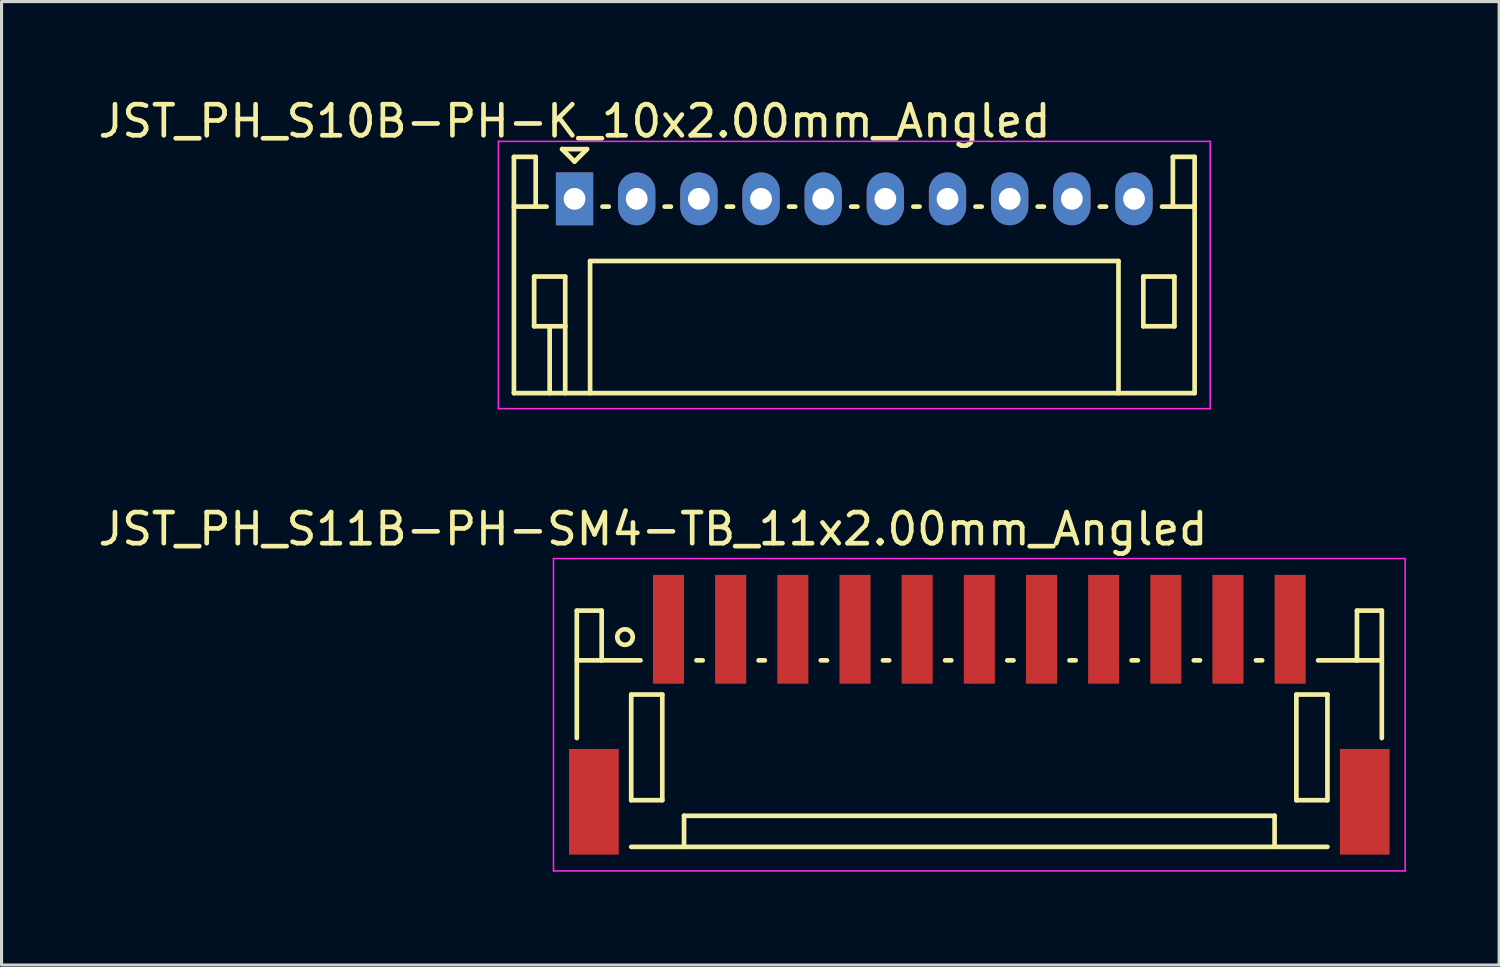
<source format=kicad_pcb>
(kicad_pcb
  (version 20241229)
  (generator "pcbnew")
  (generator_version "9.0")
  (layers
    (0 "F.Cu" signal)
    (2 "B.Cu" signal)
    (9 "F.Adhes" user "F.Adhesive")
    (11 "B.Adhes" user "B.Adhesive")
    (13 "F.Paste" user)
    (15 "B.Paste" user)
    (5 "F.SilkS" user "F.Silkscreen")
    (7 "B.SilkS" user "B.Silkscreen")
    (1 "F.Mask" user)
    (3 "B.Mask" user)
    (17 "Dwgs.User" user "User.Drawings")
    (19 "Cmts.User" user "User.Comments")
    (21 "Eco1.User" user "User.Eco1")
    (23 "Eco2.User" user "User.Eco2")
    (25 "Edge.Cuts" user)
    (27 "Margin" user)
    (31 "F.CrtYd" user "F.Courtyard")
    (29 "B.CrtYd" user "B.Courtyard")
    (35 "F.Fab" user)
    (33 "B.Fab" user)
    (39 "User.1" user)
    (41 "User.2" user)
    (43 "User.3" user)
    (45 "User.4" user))
  (footprint "JST_PH_S10B-PH-K_10x2.00mm_Angled"
    (layer "F.Cu")
    (at 15.435 3.348)
    (property "Reference" "JST_PH_S10B-PH-K_10x2.00mm_Angled" (at 0 -2.5 0) (layer "F.SilkS") (effects (font (size 1 1) (thickness 0.15))))
    (attr through_hole)
    (fp_line (start -1.95 -1.35) (end -1.95 6.25) (stroke (width 0.15) (type solid)) (layer "F.SilkS"))
    (fp_line (start -1.95 0.25) (end -1.25 0.25) (stroke (width 0.15) (type solid)) (layer "F.SilkS"))
    (fp_line (start -1.95 6.25) (end 19.95 6.25) (stroke (width 0.15) (type solid)) (layer "F.SilkS"))
    (fp_line (start -1.3 2.5) (end -1.3 4.1) (stroke (width 0.15) (type solid)) (layer "F.SilkS"))
    (fp_line (start -1.3 4.1) (end -0.3 4.1) (stroke (width 0.15) (type solid)) (layer "F.SilkS"))
    (fp_line (start -1.25 -1.35) (end -1.95 -1.35) (stroke (width 0.15) (type solid)) (layer "F.SilkS"))
    (fp_line (start -1.25 0.25) (end -1.25 -1.35) (stroke (width 0.15) (type solid)) (layer "F.SilkS"))
    (fp_line (start -0.9 0.25) (end -1.25 0.25) (stroke (width 0.15) (type solid)) (layer "F.SilkS"))
    (fp_line (start -0.8 4.1) (end -0.8 6.25) (stroke (width 0.15) (type solid)) (layer "F.SilkS"))
    (fp_line (start -0.4 -1.6) (end 0.4 -1.6) (stroke (width 0.15) (type solid)) (layer "F.SilkS"))
    (fp_line (start -0.3 2.5) (end -1.3 2.5) (stroke (width 0.15) (type solid)) (layer "F.SilkS"))
    (fp_line (start -0.3 4.1) (end -0.3 2.5) (stroke (width 0.15) (type solid)) (layer "F.SilkS"))
    (fp_line (start -0.3 4.1) (end -0.3 6.25) (stroke (width 0.15) (type solid)) (layer "F.SilkS"))
    (fp_line (start 0 -1.2) (end -0.4 -1.6) (stroke (width 0.15) (type solid)) (layer "F.SilkS"))
    (fp_line (start 0.4 -1.6) (end 0 -1.2) (stroke (width 0.15) (type solid)) (layer "F.SilkS"))
    (fp_line (start 0.5 2) (end 17.5 2) (stroke (width 0.15) (type solid)) (layer "F.SilkS"))
    (fp_line (start 0.5 6.25) (end 0.5 2) (stroke (width 0.15) (type solid)) (layer "F.SilkS"))
    (fp_line (start 0.9 0.25) (end 1.1 0.25) (stroke (width 0.15) (type solid)) (layer "F.SilkS"))
    (fp_line (start 2.9 0.25) (end 3.1 0.25) (stroke (width 0.15) (type solid)) (layer "F.SilkS"))
    (fp_line (start 4.9 0.25) (end 5.1 0.25) (stroke (width 0.15) (type solid)) (layer "F.SilkS"))
    (fp_line (start 6.9 0.25) (end 7.1 0.25) (stroke (width 0.15) (type solid)) (layer "F.SilkS"))
    (fp_line (start 8.9 0.25) (end 9.1 0.25) (stroke (width 0.15) (type solid)) (layer "F.SilkS"))
    (fp_line (start 10.9 0.25) (end 11.1 0.25) (stroke (width 0.15) (type solid)) (layer "F.SilkS"))
    (fp_line (start 12.9 0.25) (end 13.1 0.25) (stroke (width 0.15) (type solid)) (layer "F.SilkS"))
    (fp_line (start 14.9 0.25) (end 15.1 0.25) (stroke (width 0.15) (type solid)) (layer "F.SilkS"))
    (fp_line (start 16.9 0.25) (end 17.1 0.25) (stroke (width 0.15) (type solid)) (layer "F.SilkS"))
    (fp_line (start 17.5 2) (end 17.5 6.25) (stroke (width 0.15) (type solid)) (layer "F.SilkS"))
    (fp_line (start 18.3 2.5) (end 19.3 2.5) (stroke (width 0.15) (type solid)) (layer "F.SilkS"))
    (fp_line (start 18.3 4.1) (end 18.3 2.5) (stroke (width 0.15) (type solid)) (layer "F.SilkS"))
    (fp_line (start 19.25 -1.35) (end 19.25 0.25) (stroke (width 0.15) (type solid)) (layer "F.SilkS"))
    (fp_line (start 19.25 0.25) (end 18.9 0.25) (stroke (width 0.15) (type solid)) (layer "F.SilkS"))
    (fp_line (start 19.3 2.5) (end 19.3 4.1) (stroke (width 0.15) (type solid)) (layer "F.SilkS"))
    (fp_line (start 19.3 4.1) (end 18.3 4.1) (stroke (width 0.15) (type solid)) (layer "F.SilkS"))
    (fp_line (start 19.95 -1.35) (end 19.25 -1.35) (stroke (width 0.15) (type solid)) (layer "F.SilkS"))
    (fp_line (start 19.95 0.25) (end 19.25 0.25) (stroke (width 0.15) (type solid)) (layer "F.SilkS"))
    (fp_line (start 19.95 6.25) (end 19.95 -1.35) (stroke (width 0.15) (type solid)) (layer "F.SilkS"))
    (fp_line (start -2.45 -1.85) (end 20.45 -1.85) (stroke (width 0.05) (type solid)) (layer "F.CrtYd"))
    (fp_line (start -2.45 6.75) (end -2.45 -1.85) (stroke (width 0.05) (type solid)) (layer "F.CrtYd"))
    (fp_line (start 20.45 -1.85) (end 20.45 6.75) (stroke (width 0.05) (type solid)) (layer "F.CrtYd"))
    (fp_line (start 20.45 6.75) (end -2.45 6.75) (stroke (width 0.05) (type solid)) (layer "F.CrtYd"))
    (pad "1" thru_hole rect (at 0 0) (size 1.2 1.7) (drill 0.7) (layers "*.Cu" "*.Mask"))
    (pad "2" thru_hole oval (at 2 0) (size 1.2 1.7) (drill 0.7) (layers "*.Cu" "*.Mask"))
    (pad "3" thru_hole oval (at 4 0) (size 1.2 1.7) (drill 0.7) (layers "*.Cu" "*.Mask"))
    (pad "4" thru_hole oval (at 6 0) (size 1.2 1.7) (drill 0.7) (layers "*.Cu" "*.Mask"))
    (pad "5" thru_hole oval (at 8 0) (size 1.2 1.7) (drill 0.7) (layers "*.Cu" "*.Mask"))
    (pad "6" thru_hole oval (at 10 0) (size 1.2 1.7) (drill 0.7) (layers "*.Cu" "*.Mask"))
    (pad "7" thru_hole oval (at 12 0) (size 1.2 1.7) (drill 0.7) (layers "*.Cu" "*.Mask"))
    (pad "8" thru_hole oval (at 14 0) (size 1.2 1.7) (drill 0.7) (layers "*.Cu" "*.Mask"))
    (pad "9" thru_hole oval (at 16 0) (size 1.2 1.7) (drill 0.7) (layers "*.Cu" "*.Mask"))
    (pad "10" thru_hole oval (at 18 0) (size 1.2 1.7) (drill 0.7) (layers "*.Cu" "*.Mask")))
  (footprint "JST_PH_S11B-PH-SM4-TB_11x2.00mm_Angled"
    (layer "F.Cu")
    (at 28.458 19.971)
    (property "Reference" "JST_PH_S11B-PH-SM4-TB_11x2.00mm_Angled" (at -10.5 -6 0) (layer "F.SilkS") (effects (font (size 1 1) (thickness 0.15))))
    (attr smd)
    (fp_line (start -12.95 -3.375) (end -12.95 0.725) (stroke (width 0.15) (type solid)) (layer "F.SilkS"))
    (fp_line (start -12.15 -3.375) (end -12.95 -3.375) (stroke (width 0.15) (type solid)) (layer "F.SilkS"))
    (fp_line (start -12.15 -1.775) (end -12.95 -1.775) (stroke (width 0.15) (type solid)) (layer "F.SilkS"))
    (fp_line (start -12.15 -1.775) (end -12.15 -3.375) (stroke (width 0.15) (type solid)) (layer "F.SilkS"))
    (fp_line (start -11.2 -0.675) (end -11.2 2.725) (stroke (width 0.15) (type solid)) (layer "F.SilkS"))
    (fp_line (start -11.2 2.725) (end -10.2 2.725) (stroke (width 0.15) (type solid)) (layer "F.SilkS"))
    (fp_line (start -11.2 4.225) (end 11.2 4.225) (stroke (width 0.15) (type solid)) (layer "F.SilkS"))
    (fp_line (start -10.9 -1.775) (end -12.15 -1.775) (stroke (width 0.15) (type solid)) (layer "F.SilkS"))
    (fp_line (start -10.2 -0.675) (end -11.2 -0.675) (stroke (width 0.15) (type solid)) (layer "F.SilkS"))
    (fp_line (start -10.2 2.725) (end -10.2 -0.675) (stroke (width 0.15) (type solid)) (layer "F.SilkS"))
    (fp_line (start -9.5 3.225) (end 9.5 3.225) (stroke (width 0.15) (type solid)) (layer "F.SilkS"))
    (fp_line (start -9.5 4.225) (end -9.5 3.225) (stroke (width 0.15) (type solid)) (layer "F.SilkS"))
    (fp_line (start -9.1 -1.775) (end -8.9 -1.775) (stroke (width 0.15) (type solid)) (layer "F.SilkS"))
    (fp_line (start -7.1 -1.775) (end -6.9 -1.775) (stroke (width 0.15) (type solid)) (layer "F.SilkS"))
    (fp_line (start -5.1 -1.775) (end -4.9 -1.775) (stroke (width 0.15) (type solid)) (layer "F.SilkS"))
    (fp_line (start -3.1 -1.775) (end -2.9 -1.775) (stroke (width 0.15) (type solid)) (layer "F.SilkS"))
    (fp_line (start -1.1 -1.775) (end -0.9 -1.775) (stroke (width 0.15) (type solid)) (layer "F.SilkS"))
    (fp_line (start 0.9 -1.775) (end 1.1 -1.775) (stroke (width 0.15) (type solid)) (layer "F.SilkS"))
    (fp_line (start 2.9 -1.775) (end 3.1 -1.775) (stroke (width 0.15) (type solid)) (layer "F.SilkS"))
    (fp_line (start 4.9 -1.775) (end 5.1 -1.775) (stroke (width 0.15) (type solid)) (layer "F.SilkS"))
    (fp_line (start 6.9 -1.775) (end 7.1 -1.775) (stroke (width 0.15) (type solid)) (layer "F.SilkS"))
    (fp_line (start 8.9 -1.775) (end 9.1 -1.775) (stroke (width 0.15) (type solid)) (layer "F.SilkS"))
    (fp_line (start 9.5 3.225) (end 9.5 4.225) (stroke (width 0.15) (type solid)) (layer "F.SilkS"))
    (fp_line (start 10.2 -0.675) (end 11.2 -0.675) (stroke (width 0.15) (type solid)) (layer "F.SilkS"))
    (fp_line (start 10.2 2.725) (end 10.2 -0.675) (stroke (width 0.15) (type solid)) (layer "F.SilkS"))
    (fp_line (start 10.9 -1.775) (end 12.15 -1.775) (stroke (width 0.15) (type solid)) (layer "F.SilkS"))
    (fp_line (start 11.2 -0.675) (end 11.2 2.725) (stroke (width 0.15) (type solid)) (layer "F.SilkS"))
    (fp_line (start 11.2 2.725) (end 10.2 2.725) (stroke (width 0.15) (type solid)) (layer "F.SilkS"))
    (fp_line (start 12.15 -3.375) (end 12.95 -3.375) (stroke (width 0.15) (type solid)) (layer "F.SilkS"))
    (fp_line (start 12.15 -1.775) (end 12.15 -3.375) (stroke (width 0.15) (type solid)) (layer "F.SilkS"))
    (fp_line (start 12.15 -1.775) (end 12.95 -1.775) (stroke (width 0.15) (type solid)) (layer "F.SilkS"))
    (fp_line (start 12.95 -3.375) (end 12.95 0.725) (stroke (width 0.15) (type solid)) (layer "F.SilkS"))
    (fp_circle (center -11.4 -2.525) (end -11.15 -2.525) (stroke (width 0.15) (type solid)) (fill no) (layer "F.SilkS"))
    (fp_line (start -13.7 -5.05) (end 13.7 -5.05) (stroke (width 0.05) (type solid)) (layer "F.CrtYd"))
    (fp_line (start -13.7 5) (end -13.7 -5.05) (stroke (width 0.05) (type solid)) (layer "F.CrtYd"))
    (fp_line (start 13.7 -5.05) (end 13.7 5) (stroke (width 0.05) (type solid)) (layer "F.CrtYd"))
    (fp_line (start 13.7 5) (end -13.7 5) (stroke (width 0.05) (type solid)) (layer "F.CrtYd"))
    (pad "" smd rect (at -12.4 2.775) (size 1.6 3.4) (layers "F.Cu" "F.Mask" "F.Paste"))
    (pad "" smd rect (at 12.4 2.775) (size 1.6 3.4) (layers "F.Cu" "F.Mask" "F.Paste"))
    (pad "1" smd rect (at -10 -2.775) (size 1 3.5) (layers "F.Cu" "F.Mask" "F.Paste"))
    (pad "2" smd rect (at -8 -2.775) (size 1 3.5) (layers "F.Cu" "F.Mask" "F.Paste"))
    (pad "3" smd rect (at -6 -2.775) (size 1 3.5) (layers "F.Cu" "F.Mask" "F.Paste"))
    (pad "4" smd rect (at -4 -2.775) (size 1 3.5) (layers "F.Cu" "F.Mask" "F.Paste"))
    (pad "5" smd rect (at -2 -2.775) (size 1 3.5) (layers "F.Cu" "F.Mask" "F.Paste"))
    (pad "6" smd rect (at 0 -2.775) (size 1 3.5) (layers "F.Cu" "F.Mask" "F.Paste"))
    (pad "7" smd rect (at 2 -2.775) (size 1 3.5) (layers "F.Cu" "F.Mask" "F.Paste"))
    (pad "8" smd rect (at 4 -2.775) (size 1 3.5) (layers "F.Cu" "F.Mask" "F.Paste"))
    (pad "9" smd rect (at 6 -2.775) (size 1 3.5) (layers "F.Cu" "F.Mask" "F.Paste"))
    (pad "10" smd rect (at 8 -2.775) (size 1 3.5) (layers "F.Cu" "F.Mask" "F.Paste"))
    (pad "11" smd rect (at 10 -2.775) (size 1 3.5) (layers "F.Cu" "F.Mask" "F.Paste")))
  (gr_rect
    (start -3 -3)
    (end 45.183 27.997)
    (stroke (width 0.1) (type default))
    (fill no)
    (layer "Edge.Cuts")))
</source>
